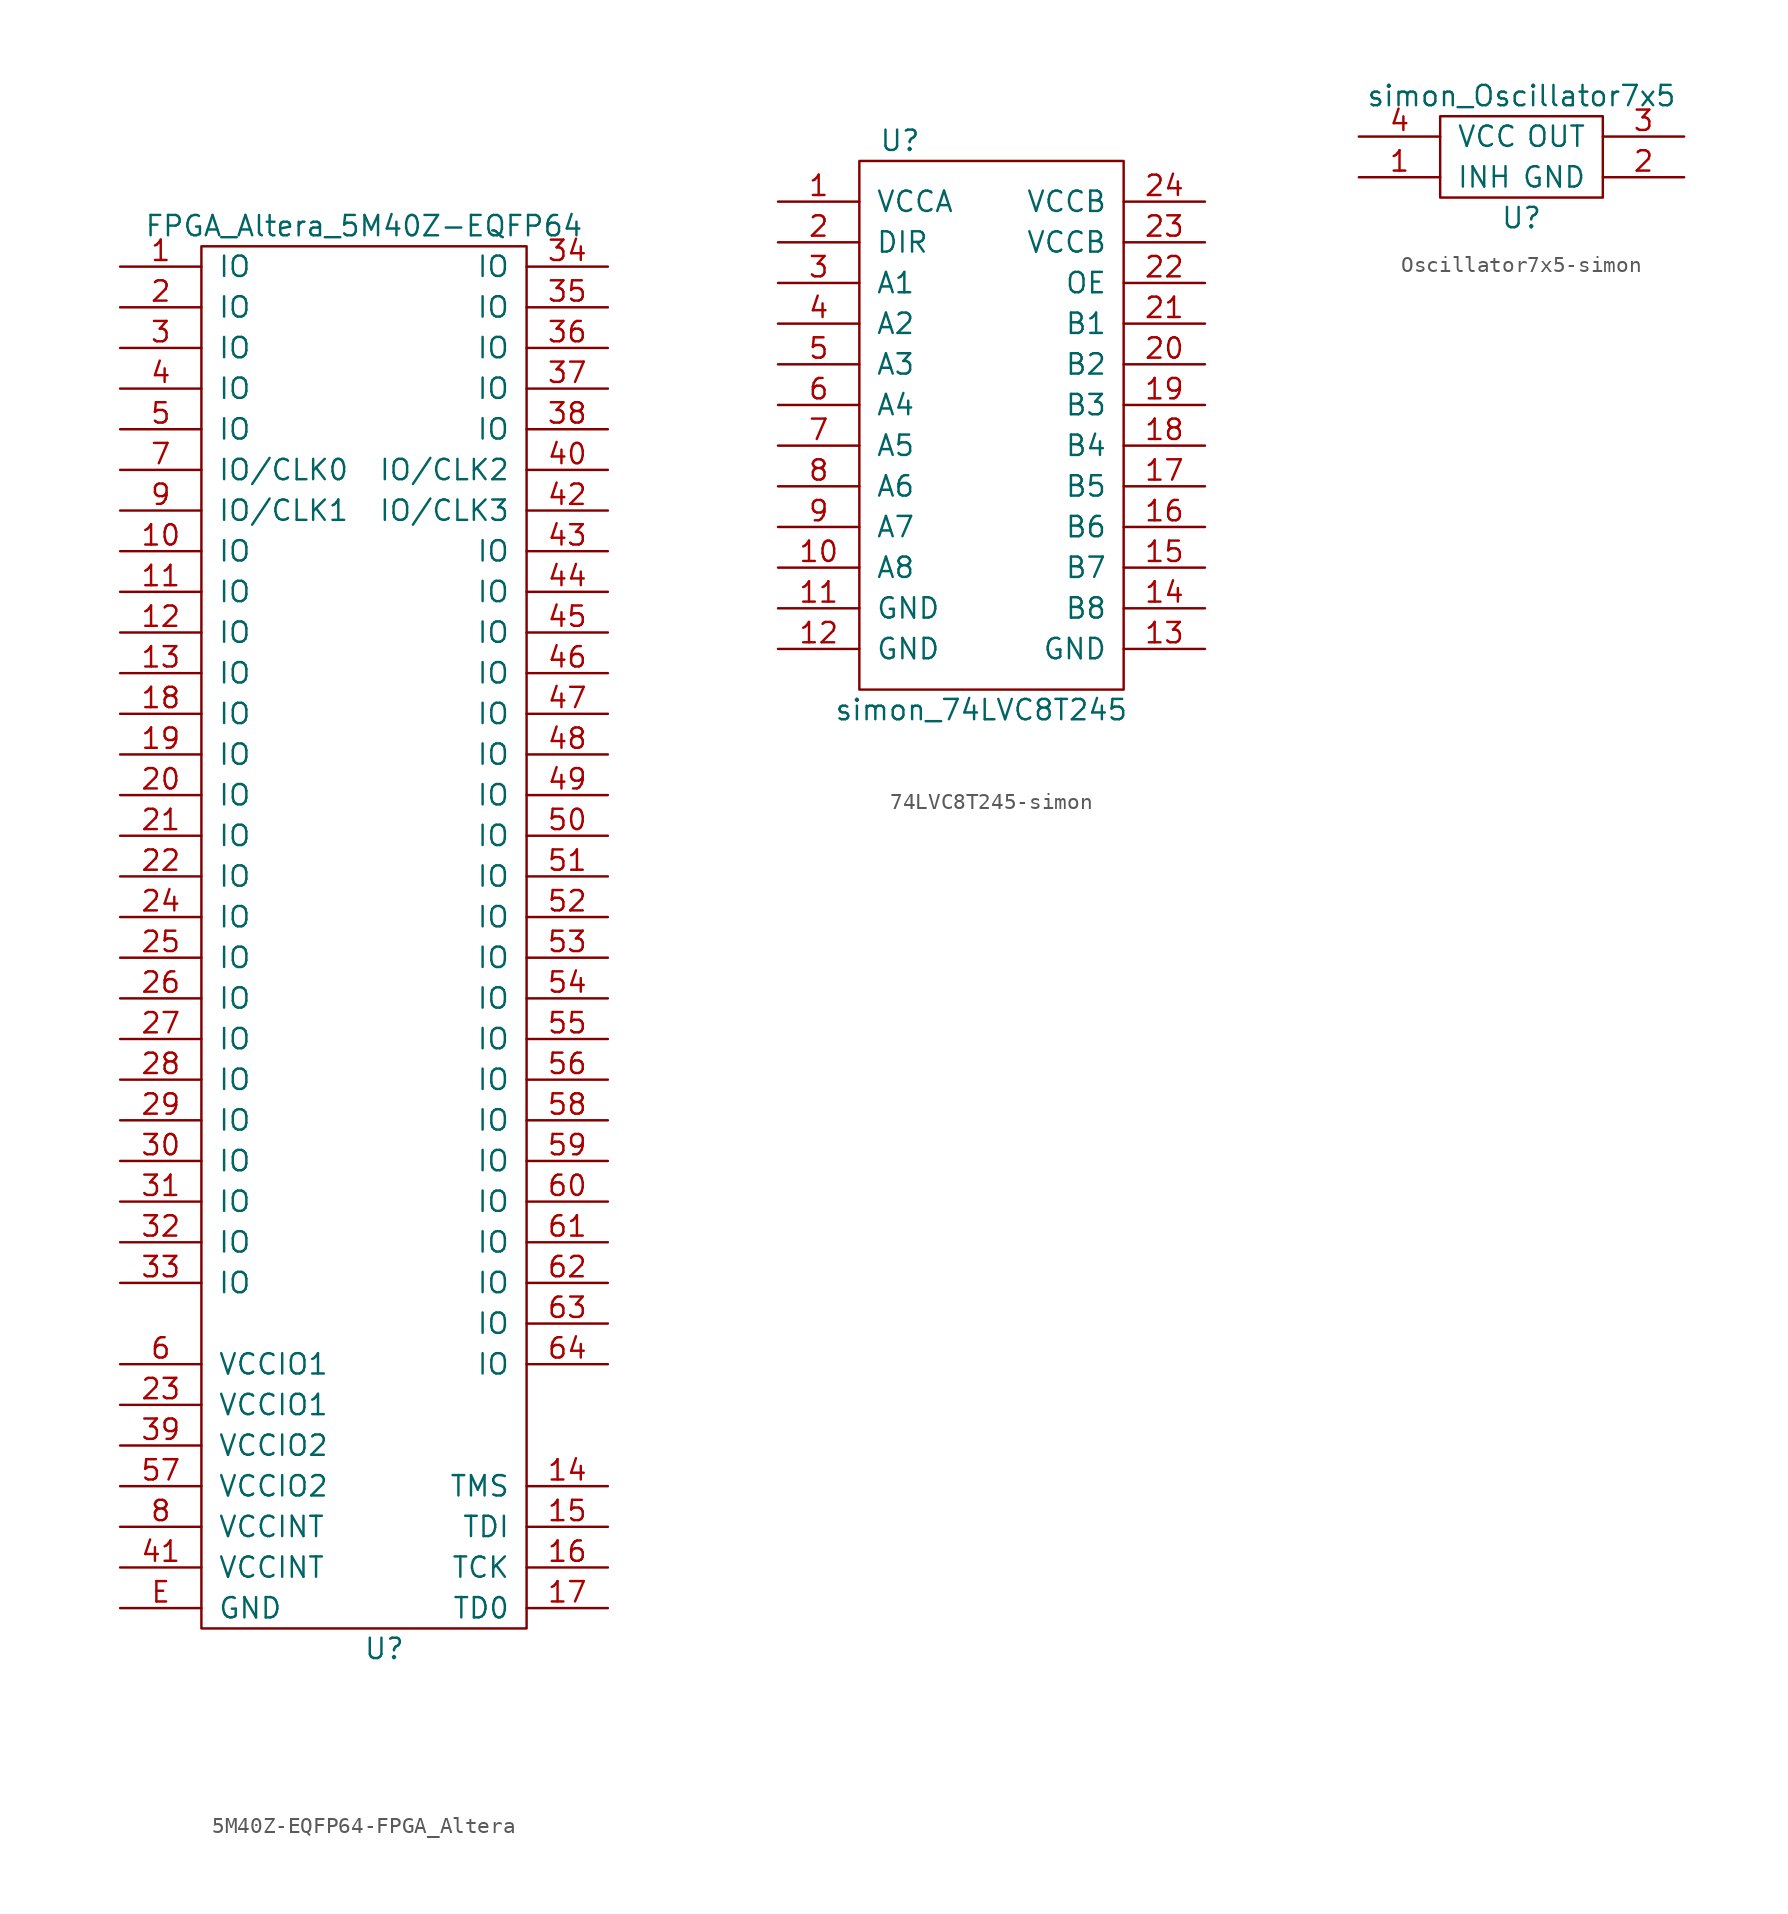
<source format=kicad_sym>
(kicad_symbol_lib
  (version 20220914)
  (generator kicad_symbol_editor)
  (symbol "5M40Z-EQFP64-FPGA_Altera"
    (pin_names
      (offset 1.016))
    (property "Reference" "U"
      (at -3.81 -90.17 0)
      (effects (font (size 1.27 1.27))))
    (property "Value" "FPGA_Altera_5M40Z-EQFP64"
      (at -5.08 -1.27 0)
      (effects (font (size 1.27 1.27))))
    (symbol "5M40Z-EQFP64-FPGA_Altera_0_1"
      (rectangle (start -15.24 -2.54) (end 5.08 -88.9) (stroke (width 0) (type solid)) (fill (type none))))
    (symbol "5M40Z-EQFP64-FPGA_Altera_1_1"
      (pin bidirectional line (at -20.32 -3.81 0) (length 5.08) (name "IO" (effects (font (size 1.27 1.27)))) (number "1" (effects (font (size 1.27 1.27)))))
      (pin bidirectional line (at -20.32 -21.59 0) (length 5.08) (name "IO" (effects (font (size 1.27 1.27)))) (number "10" (effects (font (size 1.27 1.27)))))
      (pin bidirectional line (at -20.32 -24.13 0) (length 5.08) (name "IO" (effects (font (size 1.27 1.27)))) (number "11" (effects (font (size 1.27 1.27)))))
      (pin bidirectional line (at -20.32 -26.67 0) (length 5.08) (name "IO" (effects (font (size 1.27 1.27)))) (number "12" (effects (font (size 1.27 1.27)))))
      (pin bidirectional line (at -20.32 -29.21 0) (length 5.08) (name "IO" (effects (font (size 1.27 1.27)))) (number "13" (effects (font (size 1.27 1.27)))))
      (pin bidirectional line (at 10.16 -80.01 180) (length 5.08) (name "TMS" (effects (font (size 1.27 1.27)))) (number "14" (effects (font (size 1.27 1.27)))))
      (pin bidirectional line (at 10.16 -82.55 180) (length 5.08) (name "TDI" (effects (font (size 1.27 1.27)))) (number "15" (effects (font (size 1.27 1.27)))))
      (pin bidirectional line (at 10.16 -85.09 180) (length 5.08) (name "TCK" (effects (font (size 1.27 1.27)))) (number "16" (effects (font (size 1.27 1.27)))))
      (pin bidirectional line (at 10.16 -87.63 180) (length 5.08) (name "TD0" (effects (font (size 1.27 1.27)))) (number "17" (effects (font (size 1.27 1.27)))))
      (pin bidirectional line (at -20.32 -31.75 0) (length 5.08) (name "IO" (effects (font (size 1.27 1.27)))) (number "18" (effects (font (size 1.27 1.27)))))
      (pin bidirectional line (at -20.32 -34.29 0) (length 5.08) (name "IO" (effects (font (size 1.27 1.27)))) (number "19" (effects (font (size 1.27 1.27)))))
      (pin bidirectional line (at -20.32 -6.35 0) (length 5.08) (name "IO" (effects (font (size 1.27 1.27)))) (number "2" (effects (font (size 1.27 1.27)))))
      (pin bidirectional line (at -20.32 -36.83 0) (length 5.08) (name "IO" (effects (font (size 1.27 1.27)))) (number "20" (effects (font (size 1.27 1.27)))))
      (pin bidirectional line (at -20.32 -39.37 0) (length 5.08) (name "IO" (effects (font (size 1.27 1.27)))) (number "21" (effects (font (size 1.27 1.27)))))
      (pin bidirectional line (at -20.32 -41.91 0) (length 5.08) (name "IO" (effects (font (size 1.27 1.27)))) (number "22" (effects (font (size 1.27 1.27)))))
      (pin power_in line (at -20.32 -74.93 0) (length 5.08) (name "VCCIO1" (effects (font (size 1.27 1.27)))) (number "23" (effects (font (size 1.27 1.27)))))
      (pin bidirectional line (at -20.32 -44.45 0) (length 5.08) (name "IO" (effects (font (size 1.27 1.27)))) (number "24" (effects (font (size 1.27 1.27)))))
      (pin bidirectional line (at -20.32 -46.99 0) (length 5.08) (name "IO" (effects (font (size 1.27 1.27)))) (number "25" (effects (font (size 1.27 1.27)))))
      (pin bidirectional line (at -20.32 -49.53 0) (length 5.08) (name "IO" (effects (font (size 1.27 1.27)))) (number "26" (effects (font (size 1.27 1.27)))))
      (pin bidirectional line (at -20.32 -52.07 0) (length 5.08) (name "IO" (effects (font (size 1.27 1.27)))) (number "27" (effects (font (size 1.27 1.27)))))
      (pin bidirectional line (at -20.32 -54.61 0) (length 5.08) (name "IO" (effects (font (size 1.27 1.27)))) (number "28" (effects (font (size 1.27 1.27)))))
      (pin bidirectional line (at -20.32 -57.15 0) (length 5.08) (name "IO" (effects (font (size 1.27 1.27)))) (number "29" (effects (font (size 1.27 1.27)))))
      (pin bidirectional line (at -20.32 -8.89 0) (length 5.08) (name "IO" (effects (font (size 1.27 1.27)))) (number "3" (effects (font (size 1.27 1.27)))))
      (pin bidirectional line (at -20.32 -59.69 0) (length 5.08) (name "IO" (effects (font (size 1.27 1.27)))) (number "30" (effects (font (size 1.27 1.27)))))
      (pin bidirectional line (at -20.32 -62.23 0) (length 5.08) (name "IO" (effects (font (size 1.27 1.27)))) (number "31" (effects (font (size 1.27 1.27)))))
      (pin bidirectional line (at -20.32 -64.77 0) (length 5.08) (name "IO" (effects (font (size 1.27 1.27)))) (number "32" (effects (font (size 1.27 1.27)))))
      (pin bidirectional line (at -20.32 -67.31 0) (length 5.08) (name "IO" (effects (font (size 1.27 1.27)))) (number "33" (effects (font (size 1.27 1.27)))))
      (pin bidirectional line (at 10.16 -3.81 180) (length 5.08) (name "IO" (effects (font (size 1.27 1.27)))) (number "34" (effects (font (size 1.27 1.27)))))
      (pin bidirectional line (at 10.16 -6.35 180) (length 5.08) (name "IO" (effects (font (size 1.27 1.27)))) (number "35" (effects (font (size 1.27 1.27)))))
      (pin bidirectional line (at 10.16 -8.89 180) (length 5.08) (name "IO" (effects (font (size 1.27 1.27)))) (number "36" (effects (font (size 1.27 1.27)))))
      (pin bidirectional line (at 10.16 -11.43 180) (length 5.08) (name "IO" (effects (font (size 1.27 1.27)))) (number "37" (effects (font (size 1.27 1.27)))))
      (pin bidirectional line (at 10.16 -13.97 180) (length 5.08) (name "IO" (effects (font (size 1.27 1.27)))) (number "38" (effects (font (size 1.27 1.27)))))
      (pin power_in line (at -20.32 -77.47 0) (length 5.08) (name "VCCIO2" (effects (font (size 1.27 1.27)))) (number "39" (effects (font (size 1.27 1.27)))))
      (pin bidirectional line (at -20.32 -11.43 0) (length 5.08) (name "IO" (effects (font (size 1.27 1.27)))) (number "4" (effects (font (size 1.27 1.27)))))
      (pin bidirectional line (at 10.16 -16.51 180) (length 5.08) (name "IO/CLK2" (effects (font (size 1.27 1.27)))) (number "40" (effects (font (size 1.27 1.27)))))
      (pin power_in line (at -20.32 -85.09 0) (length 5.08) (name "VCCINT" (effects (font (size 1.27 1.27)))) (number "41" (effects (font (size 1.27 1.27)))))
      (pin bidirectional line (at 10.16 -19.05 180) (length 5.08) (name "IO/CLK3" (effects (font (size 1.27 1.27)))) (number "42" (effects (font (size 1.27 1.27)))))
      (pin bidirectional line (at 10.16 -21.59 180) (length 5.08) (name "IO" (effects (font (size 1.27 1.27)))) (number "43" (effects (font (size 1.27 1.27)))))
      (pin bidirectional line (at 10.16 -24.13 180) (length 5.08) (name "IO" (effects (font (size 1.27 1.27)))) (number "44" (effects (font (size 1.27 1.27)))))
      (pin bidirectional line (at 10.16 -26.67 180) (length 5.08) (name "IO" (effects (font (size 1.27 1.27)))) (number "45" (effects (font (size 1.27 1.27)))))
      (pin bidirectional line (at 10.16 -29.21 180) (length 5.08) (name "IO" (effects (font (size 1.27 1.27)))) (number "46" (effects (font (size 1.27 1.27)))))
      (pin bidirectional line (at 10.16 -31.75 180) (length 5.08) (name "IO" (effects (font (size 1.27 1.27)))) (number "47" (effects (font (size 1.27 1.27)))))
      (pin bidirectional line (at 10.16 -34.29 180) (length 5.08) (name "IO" (effects (font (size 1.27 1.27)))) (number "48" (effects (font (size 1.27 1.27)))))
      (pin bidirectional line (at 10.16 -36.83 180) (length 5.08) (name "IO" (effects (font (size 1.27 1.27)))) (number "49" (effects (font (size 1.27 1.27)))))
      (pin bidirectional line (at -20.32 -13.97 0) (length 5.08) (name "IO" (effects (font (size 1.27 1.27)))) (number "5" (effects (font (size 1.27 1.27)))))
      (pin bidirectional line (at 10.16 -39.37 180) (length 5.08) (name "IO" (effects (font (size 1.27 1.27)))) (number "50" (effects (font (size 1.27 1.27)))))
      (pin bidirectional line (at 10.16 -41.91 180) (length 5.08) (name "IO" (effects (font (size 1.27 1.27)))) (number "51" (effects (font (size 1.27 1.27)))))
      (pin bidirectional line (at 10.16 -44.45 180) (length 5.08) (name "IO" (effects (font (size 1.27 1.27)))) (number "52" (effects (font (size 1.27 1.27)))))
      (pin bidirectional line (at 10.16 -46.99 180) (length 5.08) (name "IO" (effects (font (size 1.27 1.27)))) (number "53" (effects (font (size 1.27 1.27)))))
      (pin bidirectional line (at 10.16 -49.53 180) (length 5.08) (name "IO" (effects (font (size 1.27 1.27)))) (number "54" (effects (font (size 1.27 1.27)))))
      (pin bidirectional line (at 10.16 -52.07 180) (length 5.08) (name "IO" (effects (font (size 1.27 1.27)))) (number "55" (effects (font (size 1.27 1.27)))))
      (pin bidirectional line (at 10.16 -54.61 180) (length 5.08) (name "IO" (effects (font (size 1.27 1.27)))) (number "56" (effects (font (size 1.27 1.27)))))
      (pin power_in line (at -20.32 -80.01 0) (length 5.08) (name "VCCIO2" (effects (font (size 1.27 1.27)))) (number "57" (effects (font (size 1.27 1.27)))))
      (pin bidirectional line (at 10.16 -57.15 180) (length 5.08) (name "IO" (effects (font (size 1.27 1.27)))) (number "58" (effects (font (size 1.27 1.27)))))
      (pin bidirectional line (at 10.16 -59.69 180) (length 5.08) (name "IO" (effects (font (size 1.27 1.27)))) (number "59" (effects (font (size 1.27 1.27)))))
      (pin power_in line (at -20.32 -72.39 0) (length 5.08) (name "VCCIO1" (effects (font (size 1.27 1.27)))) (number "6" (effects (font (size 1.27 1.27)))))
      (pin bidirectional line (at 10.16 -62.23 180) (length 5.08) (name "IO" (effects (font (size 1.27 1.27)))) (number "60" (effects (font (size 1.27 1.27)))))
      (pin bidirectional line (at 10.16 -64.77 180) (length 5.08) (name "IO" (effects (font (size 1.27 1.27)))) (number "61" (effects (font (size 1.27 1.27)))))
      (pin bidirectional line (at 10.16 -67.31 180) (length 5.08) (name "IO" (effects (font (size 1.27 1.27)))) (number "62" (effects (font (size 1.27 1.27)))))
      (pin bidirectional line (at 10.16 -69.85 180) (length 5.08) (name "IO" (effects (font (size 1.27 1.27)))) (number "63" (effects (font (size 1.27 1.27)))))
      (pin bidirectional line (at 10.16 -72.39 180) (length 5.08) (name "IO" (effects (font (size 1.27 1.27)))) (number "64" (effects (font (size 1.27 1.27)))))
      (pin bidirectional line (at -20.32 -16.51 0) (length 5.08) (name "IO/CLK0" (effects (font (size 1.27 1.27)))) (number "7" (effects (font (size 1.27 1.27)))))
      (pin power_in line (at -20.32 -82.55 0) (length 5.08) (name "VCCINT" (effects (font (size 1.27 1.27)))) (number "8" (effects (font (size 1.27 1.27)))))
      (pin bidirectional line (at -20.32 -19.05 0) (length 5.08) (name "IO/CLK1" (effects (font (size 1.27 1.27)))) (number "9" (effects (font (size 1.27 1.27)))))
      (pin power_in line (at -20.32 -87.63 0) (length 5.08) (name "GND" (effects (font (size 1.27 1.27)))) (number "E" (effects (font (size 1.27 1.27)))))))
  (symbol "74LVC8T245-simon"
    (pin_names
      (offset 1.016))
    (property "Reference" "U"
      (at 2.54 -1.27 0)
      (effects (font (size 1.27 1.27))))
    (property "Value" "simon_74LVC8T245"
      (at 7.62 -36.83 0)
      (effects (font (size 1.27 1.27))))
    (symbol "74LVC8T245-simon_0_1"
      (rectangle (start 0 -2.54) (end 16.51 -35.56) (stroke (width 0) (type solid)) (fill (type none))))
    (symbol "74LVC8T245-simon_1_1"
      (pin power_in line (at -5.08 -5.08 0) (length 5.08) (name "VCCA" (effects (font (size 1.27 1.27)))) (number "1" (effects (font (size 1.27 1.27)))))
      (pin bidirectional line (at -5.08 -27.94 0) (length 5.08) (name "A8" (effects (font (size 1.27 1.27)))) (number "10" (effects (font (size 1.27 1.27)))))
      (pin power_in line (at -5.08 -30.48 0) (length 5.08) (name "GND" (effects (font (size 1.27 1.27)))) (number "11" (effects (font (size 1.27 1.27)))))
      (pin power_in line (at -5.08 -33.02 0) (length 5.08) (name "GND" (effects (font (size 1.27 1.27)))) (number "12" (effects (font (size 1.27 1.27)))))
      (pin power_in line (at 21.59 -33.02 180) (length 5.08) (name "GND" (effects (font (size 1.27 1.27)))) (number "13" (effects (font (size 1.27 1.27)))))
      (pin bidirectional line (at 21.59 -30.48 180) (length 5.08) (name "B8" (effects (font (size 1.27 1.27)))) (number "14" (effects (font (size 1.27 1.27)))))
      (pin bidirectional line (at 21.59 -27.94 180) (length 5.08) (name "B7" (effects (font (size 1.27 1.27)))) (number "15" (effects (font (size 1.27 1.27)))))
      (pin bidirectional line (at 21.59 -25.4 180) (length 5.08) (name "B6" (effects (font (size 1.27 1.27)))) (number "16" (effects (font (size 1.27 1.27)))))
      (pin bidirectional line (at 21.59 -22.86 180) (length 5.08) (name "B5" (effects (font (size 1.27 1.27)))) (number "17" (effects (font (size 1.27 1.27)))))
      (pin bidirectional line (at 21.59 -20.32 180) (length 5.08) (name "B4" (effects (font (size 1.27 1.27)))) (number "18" (effects (font (size 1.27 1.27)))))
      (pin bidirectional line (at 21.59 -17.78 180) (length 5.08) (name "B3" (effects (font (size 1.27 1.27)))) (number "19" (effects (font (size 1.27 1.27)))))
      (pin input line (at -5.08 -7.62 0) (length 5.08) (name "DIR" (effects (font (size 1.27 1.27)))) (number "2" (effects (font (size 1.27 1.27)))))
      (pin bidirectional line (at 21.59 -15.24 180) (length 5.08) (name "B2" (effects (font (size 1.27 1.27)))) (number "20" (effects (font (size 1.27 1.27)))))
      (pin bidirectional line (at 21.59 -12.7 180) (length 5.08) (name "B1" (effects (font (size 1.27 1.27)))) (number "21" (effects (font (size 1.27 1.27)))))
      (pin input line (at 21.59 -10.16 180) (length 5.08) (name "OE" (effects (font (size 1.27 1.27)))) (number "22" (effects (font (size 1.27 1.27)))))
      (pin power_in line (at 21.59 -7.62 180) (length 5.08) (name "VCCB" (effects (font (size 1.27 1.27)))) (number "23" (effects (font (size 1.27 1.27)))))
      (pin power_in line (at 21.59 -5.08 180) (length 5.08) (name "VCCB" (effects (font (size 1.27 1.27)))) (number "24" (effects (font (size 1.27 1.27)))))
      (pin bidirectional line (at -5.08 -10.16 0) (length 5.08) (name "A1" (effects (font (size 1.27 1.27)))) (number "3" (effects (font (size 1.27 1.27)))))
      (pin bidirectional line (at -5.08 -12.7 0) (length 5.08) (name "A2" (effects (font (size 1.27 1.27)))) (number "4" (effects (font (size 1.27 1.27)))))
      (pin bidirectional line (at -5.08 -15.24 0) (length 5.08) (name "A3" (effects (font (size 1.27 1.27)))) (number "5" (effects (font (size 1.27 1.27)))))
      (pin bidirectional line (at -5.08 -17.78 0) (length 5.08) (name "A4" (effects (font (size 1.27 1.27)))) (number "6" (effects (font (size 1.27 1.27)))))
      (pin bidirectional line (at -5.08 -20.32 0) (length 5.08) (name "A5" (effects (font (size 1.27 1.27)))) (number "7" (effects (font (size 1.27 1.27)))))
      (pin bidirectional line (at -5.08 -22.86 0) (length 5.08) (name "A6" (effects (font (size 1.27 1.27)))) (number "8" (effects (font (size 1.27 1.27)))))
      (pin bidirectional line (at -5.08 -25.4 0) (length 5.08) (name "A7" (effects (font (size 1.27 1.27)))) (number "9" (effects (font (size 1.27 1.27)))))))
  (symbol "Oscillator7x5-simon"
    (pin_names
      (offset 1.016))
    (property "Reference" "U"
      (at 6.35 -7.62 0)
      (effects (font (size 1.27 1.27))))
    (property "Value" "simon_Oscillator7x5"
      (at 6.35 0 0)
      (effects (font (size 1.27 1.27))))
    (symbol "Oscillator7x5-simon_0_1"
      (rectangle (start 1.27 -1.27) (end 11.43 -6.35) (stroke (width 0) (type solid)) (fill (type none))))
    (symbol "Oscillator7x5-simon_1_1"
      (pin input line (at -3.81 -5.08 0) (length 5.08) (name "INH" (effects (font (size 1.27 1.27)))) (number "1" (effects (font (size 1.27 1.27)))))
      (pin power_in line (at 16.51 -5.08 180) (length 5.08) (name "GND" (effects (font (size 1.27 1.27)))) (number "2" (effects (font (size 1.27 1.27)))))
      (pin output line (at 16.51 -2.54 180) (length 5.08) (name "OUT" (effects (font (size 1.27 1.27)))) (number "3" (effects (font (size 1.27 1.27)))))
      (pin power_in line (at -3.81 -2.54 0) (length 5.08) (name "VCC" (effects (font (size 1.27 1.27)))) (number "4" (effects (font (size 1.27 1.27))))))))
</source>
